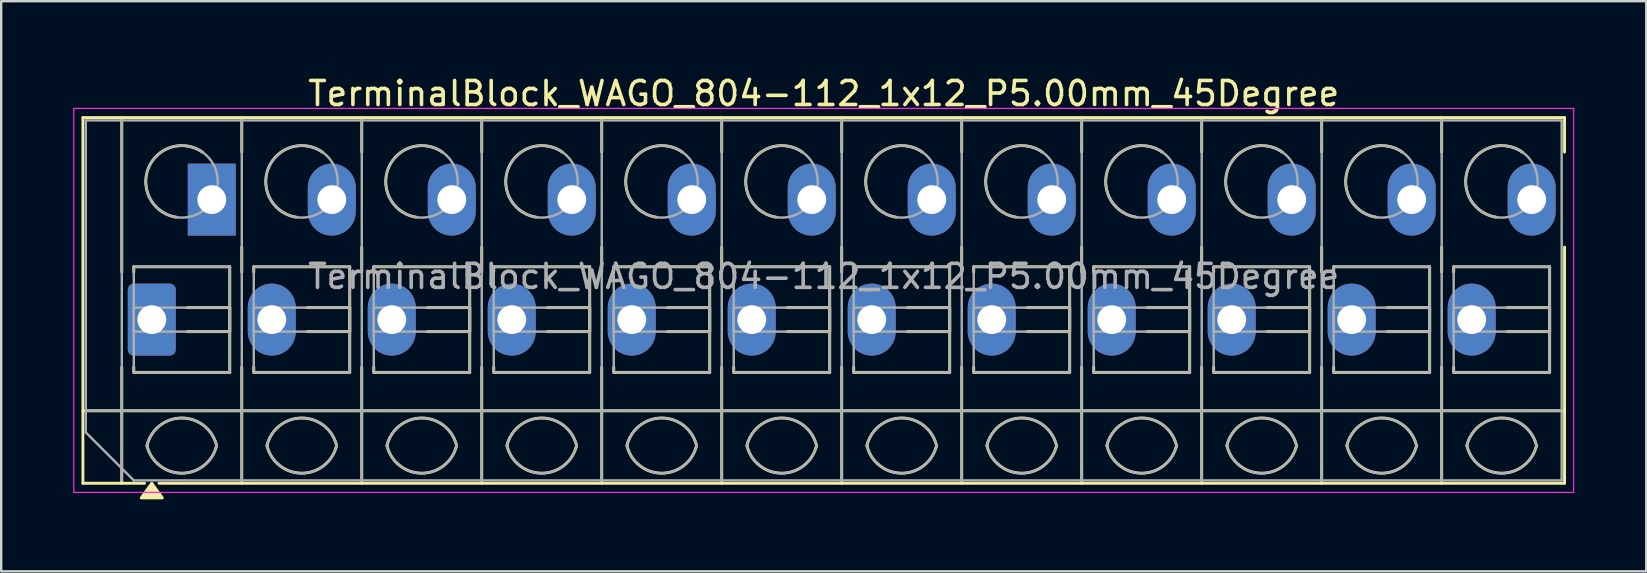
<source format=kicad_pcb>
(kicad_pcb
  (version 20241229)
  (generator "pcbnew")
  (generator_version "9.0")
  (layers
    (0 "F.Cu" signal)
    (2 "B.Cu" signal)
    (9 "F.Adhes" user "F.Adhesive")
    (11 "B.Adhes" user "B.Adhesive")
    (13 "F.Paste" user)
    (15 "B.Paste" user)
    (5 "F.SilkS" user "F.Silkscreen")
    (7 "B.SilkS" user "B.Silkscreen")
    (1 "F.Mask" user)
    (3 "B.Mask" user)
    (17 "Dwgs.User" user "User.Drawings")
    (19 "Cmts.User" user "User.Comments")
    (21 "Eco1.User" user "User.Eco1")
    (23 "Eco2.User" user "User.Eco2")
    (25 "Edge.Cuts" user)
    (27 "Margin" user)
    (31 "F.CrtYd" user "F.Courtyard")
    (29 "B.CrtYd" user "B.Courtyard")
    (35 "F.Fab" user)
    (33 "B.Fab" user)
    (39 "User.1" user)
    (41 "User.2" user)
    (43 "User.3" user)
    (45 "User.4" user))
  (footprint "TerminalBlock_WAGO_804-112_1x12_P5.00mm_45Degree"
    (layer "F.Cu")
    (at 3.275 10.268)
    (property "Reference" "TerminalBlock_WAGO_804-112_1x12_P5.00mm_45Degree" (at 28 -9.42 0) (layer "F.SilkS") (effects (font (size 1 1) (thickness 0.15))))
    (attr through_hole)
    (fp_line (start -2.87 -8.42) (end 58.87 -8.42) (stroke (width 0.12) (type solid)) (layer "F.SilkS"))
    (fp_line (start -2.87 3.8) (end 58.87 3.8) (stroke (width 0.12) (type solid)) (layer "F.SilkS"))
    (fp_line (start -2.87 6.82) (end -2.87 -8.42) (stroke (width 0.12) (type solid)) (layer "F.SilkS"))
    (fp_line (start -1.25 -8.42) (end -1.25 -1.98) (stroke (width 0.12) (type solid)) (layer "F.SilkS"))
    (fp_line (start -1.25 1.98) (end -1.25 6.82) (stroke (width 0.12) (type solid)) (layer "F.SilkS"))
    (fp_line (start -0.75 -2.2) (end 3.25 -2.2) (stroke (width 0.12) (type solid)) (layer "F.SilkS"))
    (fp_line (start -0.75 -1.98) (end -0.75 -2.2) (stroke (width 0.12) (type solid)) (layer "F.SilkS"))
    (fp_line (start -0.75 2.2) (end -0.75 1.98) (stroke (width 0.12) (type solid)) (layer "F.SilkS"))
    (fp_line (start -0.3 6.82) (end -2.87 6.82) (stroke (width 0.12) (type solid)) (layer "F.SilkS"))
    (fp_line (start 1.48 -0.5) (end 3.25 -0.5) (stroke (width 0.12) (type solid)) (layer "F.SilkS"))
    (fp_line (start 3.25 -2.2) (end 3.25 2.2) (stroke (width 0.12) (type solid)) (layer "F.SilkS"))
    (fp_line (start 3.25 -0.5) (end 3.25 0.5) (stroke (width 0.12) (type solid)) (layer "F.SilkS"))
    (fp_line (start 3.25 0.5) (end 1.48 0.5) (stroke (width 0.12) (type solid)) (layer "F.SilkS"))
    (fp_line (start 3.25 2.2) (end -0.75 2.2) (stroke (width 0.12) (type solid)) (layer "F.SilkS"))
    (fp_line (start 3.75 -8.42) (end 3.75 -6.98) (stroke (width 0.12) (type solid)) (layer "F.SilkS"))
    (fp_line (start 3.75 -3.02) (end 3.75 -1.98) (stroke (width 0.12) (type solid)) (layer "F.SilkS"))
    (fp_line (start 3.75 1.98) (end 3.75 6.82) (stroke (width 0.12) (type solid)) (layer "F.SilkS"))
    (fp_line (start 4.25 -2.2) (end 8.25 -2.2) (stroke (width 0.12) (type solid)) (layer "F.SilkS"))
    (fp_line (start 4.25 -1.98) (end 4.25 -2.2) (stroke (width 0.12) (type solid)) (layer "F.SilkS"))
    (fp_line (start 4.25 2.2) (end 4.25 1.98) (stroke (width 0.12) (type solid)) (layer "F.SilkS"))
    (fp_line (start 6.48 -0.5) (end 8.25 -0.5) (stroke (width 0.12) (type solid)) (layer "F.SilkS"))
    (fp_line (start 8.25 -2.2) (end 8.25 2.2) (stroke (width 0.12) (type solid)) (layer "F.SilkS"))
    (fp_line (start 8.25 -0.5) (end 8.25 0.5) (stroke (width 0.12) (type solid)) (layer "F.SilkS"))
    (fp_line (start 8.25 0.5) (end 6.48 0.5) (stroke (width 0.12) (type solid)) (layer "F.SilkS"))
    (fp_line (start 8.25 2.2) (end 4.25 2.2) (stroke (width 0.12) (type solid)) (layer "F.SilkS"))
    (fp_line (start 8.75 -8.42) (end 8.75 -6.98) (stroke (width 0.12) (type solid)) (layer "F.SilkS"))
    (fp_line (start 8.75 -3.02) (end 8.75 -1.98) (stroke (width 0.12) (type solid)) (layer "F.SilkS"))
    (fp_line (start 8.75 1.98) (end 8.75 6.82) (stroke (width 0.12) (type solid)) (layer "F.SilkS"))
    (fp_line (start 9.25 -2.2) (end 13.25 -2.2) (stroke (width 0.12) (type solid)) (layer "F.SilkS"))
    (fp_line (start 9.25 -1.98) (end 9.25 -2.2) (stroke (width 0.12) (type solid)) (layer "F.SilkS"))
    (fp_line (start 9.25 2.2) (end 9.25 1.98) (stroke (width 0.12) (type solid)) (layer "F.SilkS"))
    (fp_line (start 11.48 -0.5) (end 13.25 -0.5) (stroke (width 0.12) (type solid)) (layer "F.SilkS"))
    (fp_line (start 13.25 -2.2) (end 13.25 2.2) (stroke (width 0.12) (type solid)) (layer "F.SilkS"))
    (fp_line (start 13.25 -0.5) (end 13.25 0.5) (stroke (width 0.12) (type solid)) (layer "F.SilkS"))
    (fp_line (start 13.25 0.5) (end 11.48 0.5) (stroke (width 0.12) (type solid)) (layer "F.SilkS"))
    (fp_line (start 13.25 2.2) (end 9.25 2.2) (stroke (width 0.12) (type solid)) (layer "F.SilkS"))
    (fp_line (start 13.75 -8.42) (end 13.75 -6.98) (stroke (width 0.12) (type solid)) (layer "F.SilkS"))
    (fp_line (start 13.75 -3.02) (end 13.75 -1.98) (stroke (width 0.12) (type solid)) (layer "F.SilkS"))
    (fp_line (start 13.75 1.98) (end 13.75 6.82) (stroke (width 0.12) (type solid)) (layer "F.SilkS"))
    (fp_line (start 14.25 -2.2) (end 18.25 -2.2) (stroke (width 0.12) (type solid)) (layer "F.SilkS"))
    (fp_line (start 14.25 -1.98) (end 14.25 -2.2) (stroke (width 0.12) (type solid)) (layer "F.SilkS"))
    (fp_line (start 14.25 2.2) (end 14.25 1.98) (stroke (width 0.12) (type solid)) (layer "F.SilkS"))
    (fp_line (start 16.48 -0.5) (end 18.25 -0.5) (stroke (width 0.12) (type solid)) (layer "F.SilkS"))
    (fp_line (start 18.25 -2.2) (end 18.25 2.2) (stroke (width 0.12) (type solid)) (layer "F.SilkS"))
    (fp_line (start 18.25 -0.5) (end 18.25 0.5) (stroke (width 0.12) (type solid)) (layer "F.SilkS"))
    (fp_line (start 18.25 0.5) (end 16.48 0.5) (stroke (width 0.12) (type solid)) (layer "F.SilkS"))
    (fp_line (start 18.25 2.2) (end 14.25 2.2) (stroke (width 0.12) (type solid)) (layer "F.SilkS"))
    (fp_line (start 18.75 -8.42) (end 18.75 -6.98) (stroke (width 0.12) (type solid)) (layer "F.SilkS"))
    (fp_line (start 18.75 -3.02) (end 18.75 -1.98) (stroke (width 0.12) (type solid)) (layer "F.SilkS"))
    (fp_line (start 18.75 1.98) (end 18.75 6.82) (stroke (width 0.12) (type solid)) (layer "F.SilkS"))
    (fp_line (start 19.25 -2.2) (end 23.25 -2.2) (stroke (width 0.12) (type solid)) (layer "F.SilkS"))
    (fp_line (start 19.25 -1.98) (end 19.25 -2.2) (stroke (width 0.12) (type solid)) (layer "F.SilkS"))
    (fp_line (start 19.25 2.2) (end 19.25 1.98) (stroke (width 0.12) (type solid)) (layer "F.SilkS"))
    (fp_line (start 21.48 -0.5) (end 23.25 -0.5) (stroke (width 0.12) (type solid)) (layer "F.SilkS"))
    (fp_line (start 23.25 -2.2) (end 23.25 2.2) (stroke (width 0.12) (type solid)) (layer "F.SilkS"))
    (fp_line (start 23.25 -0.5) (end 23.25 0.5) (stroke (width 0.12) (type solid)) (layer "F.SilkS"))
    (fp_line (start 23.25 0.5) (end 21.48 0.5) (stroke (width 0.12) (type solid)) (layer "F.SilkS"))
    (fp_line (start 23.25 2.2) (end 19.25 2.2) (stroke (width 0.12) (type solid)) (layer "F.SilkS"))
    (fp_line (start 23.75 -8.42) (end 23.75 -6.98) (stroke (width 0.12) (type solid)) (layer "F.SilkS"))
    (fp_line (start 23.75 -3.02) (end 23.75 -1.98) (stroke (width 0.12) (type solid)) (layer "F.SilkS"))
    (fp_line (start 23.75 1.98) (end 23.75 6.82) (stroke (width 0.12) (type solid)) (layer "F.SilkS"))
    (fp_line (start 24.25 -2.2) (end 28.25 -2.2) (stroke (width 0.12) (type solid)) (layer "F.SilkS"))
    (fp_line (start 24.25 -1.98) (end 24.25 -2.2) (stroke (width 0.12) (type solid)) (layer "F.SilkS"))
    (fp_line (start 24.25 2.2) (end 24.25 1.98) (stroke (width 0.12) (type solid)) (layer "F.SilkS"))
    (fp_line (start 26.48 -0.5) (end 28.25 -0.5) (stroke (width 0.12) (type solid)) (layer "F.SilkS"))
    (fp_line (start 28.25 -2.2) (end 28.25 2.2) (stroke (width 0.12) (type solid)) (layer "F.SilkS"))
    (fp_line (start 28.25 -0.5) (end 28.25 0.5) (stroke (width 0.12) (type solid)) (layer "F.SilkS"))
    (fp_line (start 28.25 0.5) (end 26.48 0.5) (stroke (width 0.12) (type solid)) (layer "F.SilkS"))
    (fp_line (start 28.25 2.2) (end 24.25 2.2) (stroke (width 0.12) (type solid)) (layer "F.SilkS"))
    (fp_line (start 28.75 -8.42) (end 28.75 -6.98) (stroke (width 0.12) (type solid)) (layer "F.SilkS"))
    (fp_line (start 28.75 -3.02) (end 28.75 -1.98) (stroke (width 0.12) (type solid)) (layer "F.SilkS"))
    (fp_line (start 28.75 1.98) (end 28.75 6.82) (stroke (width 0.12) (type solid)) (layer "F.SilkS"))
    (fp_line (start 29.25 -2.2) (end 33.25 -2.2) (stroke (width 0.12) (type solid)) (layer "F.SilkS"))
    (fp_line (start 29.25 -1.98) (end 29.25 -2.2) (stroke (width 0.12) (type solid)) (layer "F.SilkS"))
    (fp_line (start 29.25 2.2) (end 29.25 1.98) (stroke (width 0.12) (type solid)) (layer "F.SilkS"))
    (fp_line (start 31.48 -0.5) (end 33.25 -0.5) (stroke (width 0.12) (type solid)) (layer "F.SilkS"))
    (fp_line (start 33.25 -2.2) (end 33.25 2.2) (stroke (width 0.12) (type solid)) (layer "F.SilkS"))
    (fp_line (start 33.25 -0.5) (end 33.25 0.5) (stroke (width 0.12) (type solid)) (layer "F.SilkS"))
    (fp_line (start 33.25 0.5) (end 31.48 0.5) (stroke (width 0.12) (type solid)) (layer "F.SilkS"))
    (fp_line (start 33.25 2.2) (end 29.25 2.2) (stroke (width 0.12) (type solid)) (layer "F.SilkS"))
    (fp_line (start 33.75 -8.42) (end 33.75 -6.98) (stroke (width 0.12) (type solid)) (layer "F.SilkS"))
    (fp_line (start 33.75 -3.02) (end 33.75 -1.98) (stroke (width 0.12) (type solid)) (layer "F.SilkS"))
    (fp_line (start 33.75 1.98) (end 33.75 6.82) (stroke (width 0.12) (type solid)) (layer "F.SilkS"))
    (fp_line (start 34.25 -2.2) (end 38.25 -2.2) (stroke (width 0.12) (type solid)) (layer "F.SilkS"))
    (fp_line (start 34.25 -1.98) (end 34.25 -2.2) (stroke (width 0.12) (type solid)) (layer "F.SilkS"))
    (fp_line (start 34.25 2.2) (end 34.25 1.98) (stroke (width 0.12) (type solid)) (layer "F.SilkS"))
    (fp_line (start 36.48 -0.5) (end 38.25 -0.5) (stroke (width 0.12) (type solid)) (layer "F.SilkS"))
    (fp_line (start 38.25 -2.2) (end 38.25 2.2) (stroke (width 0.12) (type solid)) (layer "F.SilkS"))
    (fp_line (start 38.25 -0.5) (end 38.25 0.5) (stroke (width 0.12) (type solid)) (layer "F.SilkS"))
    (fp_line (start 38.25 0.5) (end 36.48 0.5) (stroke (width 0.12) (type solid)) (layer "F.SilkS"))
    (fp_line (start 38.25 2.2) (end 34.25 2.2) (stroke (width 0.12) (type solid)) (layer "F.SilkS"))
    (fp_line (start 38.75 -8.42) (end 38.75 -6.98) (stroke (width 0.12) (type solid)) (layer "F.SilkS"))
    (fp_line (start 38.75 -3.02) (end 38.75 -1.98) (stroke (width 0.12) (type solid)) (layer "F.SilkS"))
    (fp_line (start 38.75 1.98) (end 38.75 6.82) (stroke (width 0.12) (type solid)) (layer "F.SilkS"))
    (fp_line (start 39.25 -2.2) (end 43.25 -2.2) (stroke (width 0.12) (type solid)) (layer "F.SilkS"))
    (fp_line (start 39.25 -1.98) (end 39.25 -2.2) (stroke (width 0.12) (type solid)) (layer "F.SilkS"))
    (fp_line (start 39.25 2.2) (end 39.25 1.98) (stroke (width 0.12) (type solid)) (layer "F.SilkS"))
    (fp_line (start 41.48 -0.5) (end 43.25 -0.5) (stroke (width 0.12) (type solid)) (layer "F.SilkS"))
    (fp_line (start 43.25 -2.2) (end 43.25 2.2) (stroke (width 0.12) (type solid)) (layer "F.SilkS"))
    (fp_line (start 43.25 -0.5) (end 43.25 0.5) (stroke (width 0.12) (type solid)) (layer "F.SilkS"))
    (fp_line (start 43.25 0.5) (end 41.48 0.5) (stroke (width 0.12) (type solid)) (layer "F.SilkS"))
    (fp_line (start 43.25 2.2) (end 39.25 2.2) (stroke (width 0.12) (type solid)) (layer "F.SilkS"))
    (fp_line (start 43.75 -8.42) (end 43.75 -6.98) (stroke (width 0.12) (type solid)) (layer "F.SilkS"))
    (fp_line (start 43.75 -3.02) (end 43.75 -1.98) (stroke (width 0.12) (type solid)) (layer "F.SilkS"))
    (fp_line (start 43.75 1.98) (end 43.75 6.82) (stroke (width 0.12) (type solid)) (layer "F.SilkS"))
    (fp_line (start 44.25 -2.2) (end 48.25 -2.2) (stroke (width 0.12) (type solid)) (layer "F.SilkS"))
    (fp_line (start 44.25 -1.98) (end 44.25 -2.2) (stroke (width 0.12) (type solid)) (layer "F.SilkS"))
    (fp_line (start 44.25 2.2) (end 44.25 1.98) (stroke (width 0.12) (type solid)) (layer "F.SilkS"))
    (fp_line (start 46.48 -0.5) (end 48.25 -0.5) (stroke (width 0.12) (type solid)) (layer "F.SilkS"))
    (fp_line (start 48.25 -2.2) (end 48.25 2.2) (stroke (width 0.12) (type solid)) (layer "F.SilkS"))
    (fp_line (start 48.25 -0.5) (end 48.25 0.5) (stroke (width 0.12) (type solid)) (layer "F.SilkS"))
    (fp_line (start 48.25 0.5) (end 46.48 0.5) (stroke (width 0.12) (type solid)) (layer "F.SilkS"))
    (fp_line (start 48.25 2.2) (end 44.25 2.2) (stroke (width 0.12) (type solid)) (layer "F.SilkS"))
    (fp_line (start 48.75 -8.42) (end 48.75 -6.98) (stroke (width 0.12) (type solid)) (layer "F.SilkS"))
    (fp_line (start 48.75 -3.02) (end 48.75 -1.98) (stroke (width 0.12) (type solid)) (layer "F.SilkS"))
    (fp_line (start 48.75 1.98) (end 48.75 6.82) (stroke (width 0.12) (type solid)) (layer "F.SilkS"))
    (fp_line (start 49.25 -2.2) (end 53.25 -2.2) (stroke (width 0.12) (type solid)) (layer "F.SilkS"))
    (fp_line (start 49.25 -1.98) (end 49.25 -2.2) (stroke (width 0.12) (type solid)) (layer "F.SilkS"))
    (fp_line (start 49.25 2.2) (end 49.25 1.98) (stroke (width 0.12) (type solid)) (layer "F.SilkS"))
    (fp_line (start 51.48 -0.5) (end 53.25 -0.5) (stroke (width 0.12) (type solid)) (layer "F.SilkS"))
    (fp_line (start 53.25 -2.2) (end 53.25 2.2) (stroke (width 0.12) (type solid)) (layer "F.SilkS"))
    (fp_line (start 53.25 -0.5) (end 53.25 0.5) (stroke (width 0.12) (type solid)) (layer "F.SilkS"))
    (fp_line (start 53.25 0.5) (end 51.48 0.5) (stroke (width 0.12) (type solid)) (layer "F.SilkS"))
    (fp_line (start 53.25 2.2) (end 49.25 2.2) (stroke (width 0.12) (type solid)) (layer "F.SilkS"))
    (fp_line (start 53.75 -8.42) (end 53.75 -6.98) (stroke (width 0.12) (type solid)) (layer "F.SilkS"))
    (fp_line (start 53.75 -3.02) (end 53.75 -1.98) (stroke (width 0.12) (type solid)) (layer "F.SilkS"))
    (fp_line (start 53.75 1.98) (end 53.75 6.82) (stroke (width 0.12) (type solid)) (layer "F.SilkS"))
    (fp_line (start 54.25 -2.2) (end 58.25 -2.2) (stroke (width 0.12) (type solid)) (layer "F.SilkS"))
    (fp_line (start 54.25 -1.98) (end 54.25 -2.2) (stroke (width 0.12) (type solid)) (layer "F.SilkS"))
    (fp_line (start 54.25 2.2) (end 54.25 1.98) (stroke (width 0.12) (type solid)) (layer "F.SilkS"))
    (fp_line (start 56.48 -0.5) (end 58.25 -0.5) (stroke (width 0.12) (type solid)) (layer "F.SilkS"))
    (fp_line (start 58.25 -2.2) (end 58.25 2.2) (stroke (width 0.12) (type solid)) (layer "F.SilkS"))
    (fp_line (start 58.25 -0.5) (end 58.25 0.5) (stroke (width 0.12) (type solid)) (layer "F.SilkS"))
    (fp_line (start 58.25 0.5) (end 56.48 0.5) (stroke (width 0.12) (type solid)) (layer "F.SilkS"))
    (fp_line (start 58.25 2.2) (end 54.25 2.2) (stroke (width 0.12) (type solid)) (layer "F.SilkS"))
    (fp_line (start 58.87 -8.42) (end 58.87 -6.98) (stroke (width 0.12) (type solid)) (layer "F.SilkS"))
    (fp_line (start 58.87 -3.02) (end 58.87 6.82) (stroke (width 0.12) (type solid)) (layer "F.SilkS"))
    (fp_line (start 58.87 6.82) (end 0.3 6.82) (stroke (width 0.12) (type solid)) (layer "F.SilkS"))
    (fp_arc (start -0.2 5.25) (mid 1.25 4.1) (end 2.7 5.25) (stroke (width 0.12) (type solid)) (layer "F.SilkS"))
    (fp_arc (start 1.02 -4.268) (mid -0.141916 -6.309209) (end 2.109 -6.98) (stroke (width 0.12) (type solid)) (layer "F.SilkS"))
    (fp_arc (start 2.7 5.25) (mid 1.25 6.4) (end -0.2 5.25) (stroke (width 0.12) (type solid)) (layer "F.SilkS"))
    (fp_arc (start 4.8 5.25) (mid 6.25 4.1) (end 7.7 5.25) (stroke (width 0.12) (type solid)) (layer "F.SilkS"))
    (fp_arc (start 6.02 -4.268) (mid 4.858084 -6.309209) (end 7.109 -6.98) (stroke (width 0.12) (type solid)) (layer "F.SilkS"))
    (fp_arc (start 7.7 5.25) (mid 6.25 6.4) (end 4.8 5.25) (stroke (width 0.12) (type solid)) (layer "F.SilkS"))
    (fp_arc (start 9.8 5.25) (mid 11.25 4.1) (end 12.7 5.25) (stroke (width 0.12) (type solid)) (layer "F.SilkS"))
    (fp_arc (start 11.02 -4.268) (mid 9.858084 -6.309209) (end 12.109 -6.98) (stroke (width 0.12) (type solid)) (layer "F.SilkS"))
    (fp_arc (start 12.7 5.25) (mid 11.25 6.4) (end 9.8 5.25) (stroke (width 0.12) (type solid)) (layer "F.SilkS"))
    (fp_arc (start 14.8 5.25) (mid 16.25 4.1) (end 17.7 5.25) (stroke (width 0.12) (type solid)) (layer "F.SilkS"))
    (fp_arc (start 16.02 -4.268) (mid 14.858084 -6.309209) (end 17.109 -6.98) (stroke (width 0.12) (type solid)) (layer "F.SilkS"))
    (fp_arc (start 17.7 5.25) (mid 16.25 6.4) (end 14.8 5.25) (stroke (width 0.12) (type solid)) (layer "F.SilkS"))
    (fp_arc (start 19.8 5.25) (mid 21.25 4.1) (end 22.7 5.25) (stroke (width 0.12) (type solid)) (layer "F.SilkS"))
    (fp_arc (start 21.02 -4.268) (mid 19.858084 -6.309209) (end 22.109 -6.98) (stroke (width 0.12) (type solid)) (layer "F.SilkS"))
    (fp_arc (start 22.7 5.25) (mid 21.25 6.4) (end 19.8 5.25) (stroke (width 0.12) (type solid)) (layer "F.SilkS"))
    (fp_arc (start 24.8 5.25) (mid 26.25 4.1) (end 27.7 5.25) (stroke (width 0.12) (type solid)) (layer "F.SilkS"))
    (fp_arc (start 26.02 -4.268) (mid 24.858084 -6.309209) (end 27.109 -6.98) (stroke (width 0.12) (type solid)) (layer "F.SilkS"))
    (fp_arc (start 27.7 5.25) (mid 26.25 6.4) (end 24.8 5.25) (stroke (width 0.12) (type solid)) (layer "F.SilkS"))
    (fp_arc (start 29.8 5.25) (mid 31.25 4.1) (end 32.7 5.25) (stroke (width 0.12) (type solid)) (layer "F.SilkS"))
    (fp_arc (start 31.02 -4.268) (mid 29.858084 -6.309209) (end 32.109 -6.98) (stroke (width 0.12) (type solid)) (layer "F.SilkS"))
    (fp_arc (start 32.7 5.25) (mid 31.25 6.4) (end 29.8 5.25) (stroke (width 0.12) (type solid)) (layer "F.SilkS"))
    (fp_arc (start 34.8 5.25) (mid 36.25 4.1) (end 37.7 5.25) (stroke (width 0.12) (type solid)) (layer "F.SilkS"))
    (fp_arc (start 36.02 -4.268) (mid 34.858084 -6.309209) (end 37.109 -6.98) (stroke (width 0.12) (type solid)) (layer "F.SilkS"))
    (fp_arc (start 37.7 5.25) (mid 36.25 6.4) (end 34.8 5.25) (stroke (width 0.12) (type solid)) (layer "F.SilkS"))
    (fp_arc (start 39.8 5.25) (mid 41.25 4.1) (end 42.7 5.25) (stroke (width 0.12) (type solid)) (layer "F.SilkS"))
    (fp_arc (start 41.02 -4.268) (mid 39.858084 -6.309209) (end 42.109 -6.98) (stroke (width 0.12) (type solid)) (layer "F.SilkS"))
    (fp_arc (start 42.7 5.25) (mid 41.25 6.4) (end 39.8 5.25) (stroke (width 0.12) (type solid)) (layer "F.SilkS"))
    (fp_arc (start 44.8 5.25) (mid 46.25 4.1) (end 47.7 5.25) (stroke (width 0.12) (type solid)) (layer "F.SilkS"))
    (fp_arc (start 46.02 -4.268) (mid 44.858084 -6.309209) (end 47.109 -6.98) (stroke (width 0.12) (type solid)) (layer "F.SilkS"))
    (fp_arc (start 47.7 5.25) (mid 46.25 6.4) (end 44.8 5.25) (stroke (width 0.12) (type solid)) (layer "F.SilkS"))
    (fp_arc (start 49.8 5.25) (mid 51.25 4.1) (end 52.7 5.25) (stroke (width 0.12) (type solid)) (layer "F.SilkS"))
    (fp_arc (start 51.02 -4.268) (mid 49.858084 -6.309209) (end 52.109 -6.98) (stroke (width 0.12) (type solid)) (layer "F.SilkS"))
    (fp_arc (start 52.7 5.25) (mid 51.25 6.4) (end 49.8 5.25) (stroke (width 0.12) (type solid)) (layer "F.SilkS"))
    (fp_arc (start 54.8 5.25) (mid 56.25 4.1) (end 57.7 5.25) (stroke (width 0.12) (type solid)) (layer "F.SilkS"))
    (fp_arc (start 56.02 -4.268) (mid 54.858084 -6.309209) (end 57.109 -6.98) (stroke (width 0.12) (type solid)) (layer "F.SilkS"))
    (fp_arc (start 57.7 5.25) (mid 56.25 6.4) (end 54.8 5.25) (stroke (width 0.12) (type solid)) (layer "F.SilkS"))
    (fp_poly (pts (xy 0 6.82) (xy 0.44 7.43) (xy -0.44 7.43)) (stroke (width 0.12) (type solid)) (fill yes) (layer "F.SilkS"))
    (fp_line (start -3.25 -8.8) (end -3.25 7.2) (stroke (width 0.05) (type solid)) (layer "F.CrtYd"))
    (fp_line (start -3.25 7.2) (end 59.25 7.2) (stroke (width 0.05) (type solid)) (layer "F.CrtYd"))
    (fp_line (start 59.25 -8.8) (end -3.25 -8.8) (stroke (width 0.05) (type solid)) (layer "F.CrtYd"))
    (fp_line (start 59.25 7.2) (end 59.25 -8.8) (stroke (width 0.05) (type solid)) (layer "F.CrtYd"))
    (fp_line (start -2.75 -8.3) (end 58.75 -8.3) (stroke (width 0.1) (type solid)) (layer "F.Fab"))
    (fp_line (start -2.75 3.8) (end 58.75 3.8) (stroke (width 0.1) (type solid)) (layer "F.Fab"))
    (fp_line (start -2.75 4.7) (end -2.75 -8.3) (stroke (width 0.1) (type solid)) (layer "F.Fab"))
    (fp_line (start -1.25 -8.3) (end -1.25 6.7) (stroke (width 0.1) (type solid)) (layer "F.Fab"))
    (fp_line (start -0.75 -2.2) (end -0.75 2.2) (stroke (width 0.1) (type solid)) (layer "F.Fab"))
    (fp_line (start -0.75 -0.5) (end -0.75 0.5) (stroke (width 0.1) (type solid)) (layer "F.Fab"))
    (fp_line (start -0.75 0.5) (end 3.25 0.5) (stroke (width 0.1) (type solid)) (layer "F.Fab"))
    (fp_line (start -0.75 2.2) (end 3.25 2.2) (stroke (width 0.1) (type solid)) (layer "F.Fab"))
    (fp_line (start -0.75 6.7) (end -2.75 4.7) (stroke (width 0.1) (type solid)) (layer "F.Fab"))
    (fp_line (start 3.25 -2.2) (end -0.75 -2.2) (stroke (width 0.1) (type solid)) (layer "F.Fab"))
    (fp_line (start 3.25 -0.5) (end -0.75 -0.5) (stroke (width 0.1) (type solid)) (layer "F.Fab"))
    (fp_line (start 3.25 0.5) (end 3.25 -0.5) (stroke (width 0.1) (type solid)) (layer "F.Fab"))
    (fp_line (start 3.25 2.2) (end 3.25 -2.2) (stroke (width 0.1) (type solid)) (layer "F.Fab"))
    (fp_line (start 3.75 -8.3) (end 3.75 6.7) (stroke (width 0.1) (type solid)) (layer "F.Fab"))
    (fp_line (start 4.25 -2.2) (end 4.25 2.2) (stroke (width 0.1) (type solid)) (layer "F.Fab"))
    (fp_line (start 4.25 -0.5) (end 4.25 0.5) (stroke (width 0.1) (type solid)) (layer "F.Fab"))
    (fp_line (start 4.25 0.5) (end 8.25 0.5) (stroke (width 0.1) (type solid)) (layer "F.Fab"))
    (fp_line (start 4.25 2.2) (end 8.25 2.2) (stroke (width 0.1) (type solid)) (layer "F.Fab"))
    (fp_line (start 8.25 -2.2) (end 4.25 -2.2) (stroke (width 0.1) (type solid)) (layer "F.Fab"))
    (fp_line (start 8.25 -0.5) (end 4.25 -0.5) (stroke (width 0.1) (type solid)) (layer "F.Fab"))
    (fp_line (start 8.25 0.5) (end 8.25 -0.5) (stroke (width 0.1) (type solid)) (layer "F.Fab"))
    (fp_line (start 8.25 2.2) (end 8.25 -2.2) (stroke (width 0.1) (type solid)) (layer "F.Fab"))
    (fp_line (start 8.75 -8.3) (end 8.75 6.7) (stroke (width 0.1) (type solid)) (layer "F.Fab"))
    (fp_line (start 9.25 -2.2) (end 9.25 2.2) (stroke (width 0.1) (type solid)) (layer "F.Fab"))
    (fp_line (start 9.25 -0.5) (end 9.25 0.5) (stroke (width 0.1) (type solid)) (layer "F.Fab"))
    (fp_line (start 9.25 0.5) (end 13.25 0.5) (stroke (width 0.1) (type solid)) (layer "F.Fab"))
    (fp_line (start 9.25 2.2) (end 13.25 2.2) (stroke (width 0.1) (type solid)) (layer "F.Fab"))
    (fp_line (start 13.25 -2.2) (end 9.25 -2.2) (stroke (width 0.1) (type solid)) (layer "F.Fab"))
    (fp_line (start 13.25 -0.5) (end 9.25 -0.5) (stroke (width 0.1) (type solid)) (layer "F.Fab"))
    (fp_line (start 13.25 0.5) (end 13.25 -0.5) (stroke (width 0.1) (type solid)) (layer "F.Fab"))
    (fp_line (start 13.25 2.2) (end 13.25 -2.2) (stroke (width 0.1) (type solid)) (layer "F.Fab"))
    (fp_line (start 13.75 -8.3) (end 13.75 6.7) (stroke (width 0.1) (type solid)) (layer "F.Fab"))
    (fp_line (start 14.25 -2.2) (end 14.25 2.2) (stroke (width 0.1) (type solid)) (layer "F.Fab"))
    (fp_line (start 14.25 -0.5) (end 14.25 0.5) (stroke (width 0.1) (type solid)) (layer "F.Fab"))
    (fp_line (start 14.25 0.5) (end 18.25 0.5) (stroke (width 0.1) (type solid)) (layer "F.Fab"))
    (fp_line (start 14.25 2.2) (end 18.25 2.2) (stroke (width 0.1) (type solid)) (layer "F.Fab"))
    (fp_line (start 18.25 -2.2) (end 14.25 -2.2) (stroke (width 0.1) (type solid)) (layer "F.Fab"))
    (fp_line (start 18.25 -0.5) (end 14.25 -0.5) (stroke (width 0.1) (type solid)) (layer "F.Fab"))
    (fp_line (start 18.25 0.5) (end 18.25 -0.5) (stroke (width 0.1) (type solid)) (layer "F.Fab"))
    (fp_line (start 18.25 2.2) (end 18.25 -2.2) (stroke (width 0.1) (type solid)) (layer "F.Fab"))
    (fp_line (start 18.75 -8.3) (end 18.75 6.7) (stroke (width 0.1) (type solid)) (layer "F.Fab"))
    (fp_line (start 19.25 -2.2) (end 19.25 2.2) (stroke (width 0.1) (type solid)) (layer "F.Fab"))
    (fp_line (start 19.25 -0.5) (end 19.25 0.5) (stroke (width 0.1) (type solid)) (layer "F.Fab"))
    (fp_line (start 19.25 0.5) (end 23.25 0.5) (stroke (width 0.1) (type solid)) (layer "F.Fab"))
    (fp_line (start 19.25 2.2) (end 23.25 2.2) (stroke (width 0.1) (type solid)) (layer "F.Fab"))
    (fp_line (start 23.25 -2.2) (end 19.25 -2.2) (stroke (width 0.1) (type solid)) (layer "F.Fab"))
    (fp_line (start 23.25 -0.5) (end 19.25 -0.5) (stroke (width 0.1) (type solid)) (layer "F.Fab"))
    (fp_line (start 23.25 0.5) (end 23.25 -0.5) (stroke (width 0.1) (type solid)) (layer "F.Fab"))
    (fp_line (start 23.25 2.2) (end 23.25 -2.2) (stroke (width 0.1) (type solid)) (layer "F.Fab"))
    (fp_line (start 23.75 -8.3) (end 23.75 6.7) (stroke (width 0.1) (type solid)) (layer "F.Fab"))
    (fp_line (start 24.25 -2.2) (end 24.25 2.2) (stroke (width 0.1) (type solid)) (layer "F.Fab"))
    (fp_line (start 24.25 -0.5) (end 24.25 0.5) (stroke (width 0.1) (type solid)) (layer "F.Fab"))
    (fp_line (start 24.25 0.5) (end 28.25 0.5) (stroke (width 0.1) (type solid)) (layer "F.Fab"))
    (fp_line (start 24.25 2.2) (end 28.25 2.2) (stroke (width 0.1) (type solid)) (layer "F.Fab"))
    (fp_line (start 28.25 -2.2) (end 24.25 -2.2) (stroke (width 0.1) (type solid)) (layer "F.Fab"))
    (fp_line (start 28.25 -0.5) (end 24.25 -0.5) (stroke (width 0.1) (type solid)) (layer "F.Fab"))
    (fp_line (start 28.25 0.5) (end 28.25 -0.5) (stroke (width 0.1) (type solid)) (layer "F.Fab"))
    (fp_line (start 28.25 2.2) (end 28.25 -2.2) (stroke (width 0.1) (type solid)) (layer "F.Fab"))
    (fp_line (start 28.75 -8.3) (end 28.75 6.7) (stroke (width 0.1) (type solid)) (layer "F.Fab"))
    (fp_line (start 29.25 -2.2) (end 29.25 2.2) (stroke (width 0.1) (type solid)) (layer "F.Fab"))
    (fp_line (start 29.25 -0.5) (end 29.25 0.5) (stroke (width 0.1) (type solid)) (layer "F.Fab"))
    (fp_line (start 29.25 0.5) (end 33.25 0.5) (stroke (width 0.1) (type solid)) (layer "F.Fab"))
    (fp_line (start 29.25 2.2) (end 33.25 2.2) (stroke (width 0.1) (type solid)) (layer "F.Fab"))
    (fp_line (start 33.25 -2.2) (end 29.25 -2.2) (stroke (width 0.1) (type solid)) (layer "F.Fab"))
    (fp_line (start 33.25 -0.5) (end 29.25 -0.5) (stroke (width 0.1) (type solid)) (layer "F.Fab"))
    (fp_line (start 33.25 0.5) (end 33.25 -0.5) (stroke (width 0.1) (type solid)) (layer "F.Fab"))
    (fp_line (start 33.25 2.2) (end 33.25 -2.2) (stroke (width 0.1) (type solid)) (layer "F.Fab"))
    (fp_line (start 33.75 -8.3) (end 33.75 6.7) (stroke (width 0.1) (type solid)) (layer "F.Fab"))
    (fp_line (start 34.25 -2.2) (end 34.25 2.2) (stroke (width 0.1) (type solid)) (layer "F.Fab"))
    (fp_line (start 34.25 -0.5) (end 34.25 0.5) (stroke (width 0.1) (type solid)) (layer "F.Fab"))
    (fp_line (start 34.25 0.5) (end 38.25 0.5) (stroke (width 0.1) (type solid)) (layer "F.Fab"))
    (fp_line (start 34.25 2.2) (end 38.25 2.2) (stroke (width 0.1) (type solid)) (layer "F.Fab"))
    (fp_line (start 38.25 -2.2) (end 34.25 -2.2) (stroke (width 0.1) (type solid)) (layer "F.Fab"))
    (fp_line (start 38.25 -0.5) (end 34.25 -0.5) (stroke (width 0.1) (type solid)) (layer "F.Fab"))
    (fp_line (start 38.25 0.5) (end 38.25 -0.5) (stroke (width 0.1) (type solid)) (layer "F.Fab"))
    (fp_line (start 38.25 2.2) (end 38.25 -2.2) (stroke (width 0.1) (type solid)) (layer "F.Fab"))
    (fp_line (start 38.75 -8.3) (end 38.75 6.7) (stroke (width 0.1) (type solid)) (layer "F.Fab"))
    (fp_line (start 39.25 -2.2) (end 39.25 2.2) (stroke (width 0.1) (type solid)) (layer "F.Fab"))
    (fp_line (start 39.25 -0.5) (end 39.25 0.5) (stroke (width 0.1) (type solid)) (layer "F.Fab"))
    (fp_line (start 39.25 0.5) (end 43.25 0.5) (stroke (width 0.1) (type solid)) (layer "F.Fab"))
    (fp_line (start 39.25 2.2) (end 43.25 2.2) (stroke (width 0.1) (type solid)) (layer "F.Fab"))
    (fp_line (start 43.25 -2.2) (end 39.25 -2.2) (stroke (width 0.1) (type solid)) (layer "F.Fab"))
    (fp_line (start 43.25 -0.5) (end 39.25 -0.5) (stroke (width 0.1) (type solid)) (layer "F.Fab"))
    (fp_line (start 43.25 0.5) (end 43.25 -0.5) (stroke (width 0.1) (type solid)) (layer "F.Fab"))
    (fp_line (start 43.25 2.2) (end 43.25 -2.2) (stroke (width 0.1) (type solid)) (layer "F.Fab"))
    (fp_line (start 43.75 -8.3) (end 43.75 6.7) (stroke (width 0.1) (type solid)) (layer "F.Fab"))
    (fp_line (start 44.25 -2.2) (end 44.25 2.2) (stroke (width 0.1) (type solid)) (layer "F.Fab"))
    (fp_line (start 44.25 -0.5) (end 44.25 0.5) (stroke (width 0.1) (type solid)) (layer "F.Fab"))
    (fp_line (start 44.25 0.5) (end 48.25 0.5) (stroke (width 0.1) (type solid)) (layer "F.Fab"))
    (fp_line (start 44.25 2.2) (end 48.25 2.2) (stroke (width 0.1) (type solid)) (layer "F.Fab"))
    (fp_line (start 48.25 -2.2) (end 44.25 -2.2) (stroke (width 0.1) (type solid)) (layer "F.Fab"))
    (fp_line (start 48.25 -0.5) (end 44.25 -0.5) (stroke (width 0.1) (type solid)) (layer "F.Fab"))
    (fp_line (start 48.25 0.5) (end 48.25 -0.5) (stroke (width 0.1) (type solid)) (layer "F.Fab"))
    (fp_line (start 48.25 2.2) (end 48.25 -2.2) (stroke (width 0.1) (type solid)) (layer "F.Fab"))
    (fp_line (start 48.75 -8.3) (end 48.75 6.7) (stroke (width 0.1) (type solid)) (layer "F.Fab"))
    (fp_line (start 49.25 -2.2) (end 49.25 2.2) (stroke (width 0.1) (type solid)) (layer "F.Fab"))
    (fp_line (start 49.25 -0.5) (end 49.25 0.5) (stroke (width 0.1) (type solid)) (layer "F.Fab"))
    (fp_line (start 49.25 0.5) (end 53.25 0.5) (stroke (width 0.1) (type solid)) (layer "F.Fab"))
    (fp_line (start 49.25 2.2) (end 53.25 2.2) (stroke (width 0.1) (type solid)) (layer "F.Fab"))
    (fp_line (start 53.25 -2.2) (end 49.25 -2.2) (stroke (width 0.1) (type solid)) (layer "F.Fab"))
    (fp_line (start 53.25 -0.5) (end 49.25 -0.5) (stroke (width 0.1) (type solid)) (layer "F.Fab"))
    (fp_line (start 53.25 0.5) (end 53.25 -0.5) (stroke (width 0.1) (type solid)) (layer "F.Fab"))
    (fp_line (start 53.25 2.2) (end 53.25 -2.2) (stroke (width 0.1) (type solid)) (layer "F.Fab"))
    (fp_line (start 53.75 -8.3) (end 53.75 6.7) (stroke (width 0.1) (type solid)) (layer "F.Fab"))
    (fp_line (start 54.25 -2.2) (end 54.25 2.2) (stroke (width 0.1) (type solid)) (layer "F.Fab"))
    (fp_line (start 54.25 -0.5) (end 54.25 0.5) (stroke (width 0.1) (type solid)) (layer "F.Fab"))
    (fp_line (start 54.25 0.5) (end 58.25 0.5) (stroke (width 0.1) (type solid)) (layer "F.Fab"))
    (fp_line (start 54.25 2.2) (end 58.25 2.2) (stroke (width 0.1) (type solid)) (layer "F.Fab"))
    (fp_line (start 58.25 -2.2) (end 54.25 -2.2) (stroke (width 0.1) (type solid)) (layer "F.Fab"))
    (fp_line (start 58.25 -0.5) (end 54.25 -0.5) (stroke (width 0.1) (type solid)) (layer "F.Fab"))
    (fp_line (start 58.25 0.5) (end 58.25 -0.5) (stroke (width 0.1) (type solid)) (layer "F.Fab"))
    (fp_line (start 58.25 2.2) (end 58.25 -2.2) (stroke (width 0.1) (type solid)) (layer "F.Fab"))
    (fp_line (start 58.75 -8.3) (end 58.75 6.7) (stroke (width 0.1) (type solid)) (layer "F.Fab"))
    (fp_line (start 58.75 6.7) (end -0.75 6.7) (stroke (width 0.1) (type solid)) (layer "F.Fab"))
    (fp_arc (start -0.2 5.25) (mid 1.25 4.1) (end 2.7 5.25) (stroke (width 0.1) (type solid)) (layer "F.Fab"))
    (fp_arc (start 2.7 5.25) (mid 1.25 6.4) (end -0.2 5.25) (stroke (width 0.1) (type solid)) (layer "F.Fab"))
    (fp_arc (start 4.8 5.25) (mid 6.25 4.1) (end 7.7 5.25) (stroke (width 0.1) (type solid)) (layer "F.Fab"))
    (fp_arc (start 7.7 5.25) (mid 6.25 6.4) (end 4.8 5.25) (stroke (width 0.1) (type solid)) (layer "F.Fab"))
    (fp_arc (start 9.8 5.25) (mid 11.25 4.1) (end 12.7 5.25) (stroke (width 0.1) (type solid)) (layer "F.Fab"))
    (fp_arc (start 12.7 5.25) (mid 11.25 6.4) (end 9.8 5.25) (stroke (width 0.1) (type solid)) (layer "F.Fab"))
    (fp_arc (start 14.8 5.25) (mid 16.25 4.1) (end 17.7 5.25) (stroke (width 0.1) (type solid)) (layer "F.Fab"))
    (fp_arc (start 17.7 5.25) (mid 16.25 6.4) (end 14.8 5.25) (stroke (width 0.1) (type solid)) (layer "F.Fab"))
    (fp_arc (start 19.8 5.25) (mid 21.25 4.1) (end 22.7 5.25) (stroke (width 0.1) (type solid)) (layer "F.Fab"))
    (fp_arc (start 22.7 5.25) (mid 21.25 6.4) (end 19.8 5.25) (stroke (width 0.1) (type solid)) (layer "F.Fab"))
    (fp_arc (start 24.8 5.25) (mid 26.25 4.1) (end 27.7 5.25) (stroke (width 0.1) (type solid)) (layer "F.Fab"))
    (fp_arc (start 27.7 5.25) (mid 26.25 6.4) (end 24.8 5.25) (stroke (width 0.1) (type solid)) (layer "F.Fab"))
    (fp_arc (start 29.8 5.25) (mid 31.25 4.1) (end 32.7 5.25) (stroke (width 0.1) (type solid)) (layer "F.Fab"))
    (fp_arc (start 32.7 5.25) (mid 31.25 6.4) (end 29.8 5.25) (stroke (width 0.1) (type solid)) (layer "F.Fab"))
    (fp_arc (start 34.8 5.25) (mid 36.25 4.1) (end 37.7 5.25) (stroke (width 0.1) (type solid)) (layer "F.Fab"))
    (fp_arc (start 37.7 5.25) (mid 36.25 6.4) (end 34.8 5.25) (stroke (width 0.1) (type solid)) (layer "F.Fab"))
    (fp_arc (start 39.8 5.25) (mid 41.25 4.1) (end 42.7 5.25) (stroke (width 0.1) (type solid)) (layer "F.Fab"))
    (fp_arc (start 42.7 5.25) (mid 41.25 6.4) (end 39.8 5.25) (stroke (width 0.1) (type solid)) (layer "F.Fab"))
    (fp_arc (start 44.8 5.25) (mid 46.25 4.1) (end 47.7 5.25) (stroke (width 0.1) (type solid)) (layer "F.Fab"))
    (fp_arc (start 47.7 5.25) (mid 46.25 6.4) (end 44.8 5.25) (stroke (width 0.1) (type solid)) (layer "F.Fab"))
    (fp_arc (start 49.8 5.25) (mid 51.25 4.1) (end 52.7 5.25) (stroke (width 0.1) (type solid)) (layer "F.Fab"))
    (fp_arc (start 52.7 5.25) (mid 51.25 6.4) (end 49.8 5.25) (stroke (width 0.1) (type solid)) (layer "F.Fab"))
    (fp_arc (start 54.8 5.25) (mid 56.25 4.1) (end 57.7 5.25) (stroke (width 0.1) (type solid)) (layer "F.Fab"))
    (fp_arc (start 57.7 5.25) (mid 56.25 6.4) (end 54.8 5.25) (stroke (width 0.1) (type solid)) (layer "F.Fab"))
    (fp_circle (center 1.25 -5.75) (end 2.75 -5.75) (stroke (width 0.1) (type solid)) (fill no) (layer "F.Fab"))
    (fp_circle (center 6.25 -5.75) (end 7.75 -5.75) (stroke (width 0.1) (type solid)) (fill no) (layer "F.Fab"))
    (fp_circle (center 11.25 -5.75) (end 12.75 -5.75) (stroke (width 0.1) (type solid)) (fill no) (layer "F.Fab"))
    (fp_circle (center 16.25 -5.75) (end 17.75 -5.75) (stroke (width 0.1) (type solid)) (fill no) (layer "F.Fab"))
    (fp_circle (center 21.25 -5.75) (end 22.75 -5.75) (stroke (width 0.1) (type solid)) (fill no) (layer "F.Fab"))
    (fp_circle (center 26.25 -5.75) (end 27.75 -5.75) (stroke (width 0.1) (type solid)) (fill no) (layer "F.Fab"))
    (fp_circle (center 31.25 -5.75) (end 32.75 -5.75) (stroke (width 0.1) (type solid)) (fill no) (layer "F.Fab"))
    (fp_circle (center 36.25 -5.75) (end 37.75 -5.75) (stroke (width 0.1) (type solid)) (fill no) (layer "F.Fab"))
    (fp_circle (center 41.25 -5.75) (end 42.75 -5.75) (stroke (width 0.1) (type solid)) (fill no) (layer "F.Fab"))
    (fp_circle (center 46.25 -5.75) (end 47.75 -5.75) (stroke (width 0.1) (type solid)) (fill no) (layer "F.Fab"))
    (fp_circle (center 51.25 -5.75) (end 52.75 -5.75) (stroke (width 0.1) (type solid)) (fill no) (layer "F.Fab"))
    (fp_circle (center 56.25 -5.75) (end 57.75 -5.75) (stroke (width 0.1) (type solid)) (fill no) (layer "F.Fab"))
    (fp_text user "${REFERENCE}" (at 28 -1.8 0) (layer "F.Fab") (effects (font (size 1 1) (thickness 0.15))))
    (pad "1" thru_hole roundrect (at 0 0) (size 2 3) (drill 1.2) (layers "*.Cu" "*.Mask") (roundrect_rratio 0.125))
    (pad "1" thru_hole rect (at 2.5 -5) (size 2 3) (drill 1.2) (layers "*.Cu" "*.Mask"))
    (pad "2" thru_hole oval (at 5 0) (size 2 3) (drill 1.2) (layers "*.Cu" "*.Mask"))
    (pad "2" thru_hole oval (at 7.5 -5) (size 2 3) (drill 1.2) (layers "*.Cu" "*.Mask"))
    (pad "3" thru_hole oval (at 10 0) (size 2 3) (drill 1.2) (layers "*.Cu" "*.Mask"))
    (pad "3" thru_hole oval (at 12.5 -5) (size 2 3) (drill 1.2) (layers "*.Cu" "*.Mask"))
    (pad "4" thru_hole oval (at 15 0) (size 2 3) (drill 1.2) (layers "*.Cu" "*.Mask"))
    (pad "4" thru_hole oval (at 17.5 -5) (size 2 3) (drill 1.2) (layers "*.Cu" "*.Mask"))
    (pad "5" thru_hole oval (at 20 0) (size 2 3) (drill 1.2) (layers "*.Cu" "*.Mask"))
    (pad "5" thru_hole oval (at 22.5 -5) (size 2 3) (drill 1.2) (layers "*.Cu" "*.Mask"))
    (pad "6" thru_hole oval (at 25 0) (size 2 3) (drill 1.2) (layers "*.Cu" "*.Mask"))
    (pad "6" thru_hole oval (at 27.5 -5) (size 2 3) (drill 1.2) (layers "*.Cu" "*.Mask"))
    (pad "7" thru_hole oval (at 30 0) (size 2 3) (drill 1.2) (layers "*.Cu" "*.Mask"))
    (pad "7" thru_hole oval (at 32.5 -5) (size 2 3) (drill 1.2) (layers "*.Cu" "*.Mask"))
    (pad "8" thru_hole oval (at 35 0) (size 2 3) (drill 1.2) (layers "*.Cu" "*.Mask"))
    (pad "8" thru_hole oval (at 37.5 -5) (size 2 3) (drill 1.2) (layers "*.Cu" "*.Mask"))
    (pad "9" thru_hole oval (at 40 0) (size 2 3) (drill 1.2) (layers "*.Cu" "*.Mask"))
    (pad "9" thru_hole oval (at 42.5 -5) (size 2 3) (drill 1.2) (layers "*.Cu" "*.Mask"))
    (pad "10" thru_hole oval (at 45 0) (size 2 3) (drill 1.2) (layers "*.Cu" "*.Mask"))
    (pad "10" thru_hole oval (at 47.5 -5) (size 2 3) (drill 1.2) (layers "*.Cu" "*.Mask"))
    (pad "11" thru_hole oval (at 50 0) (size 2 3) (drill 1.2) (layers "*.Cu" "*.Mask"))
    (pad "11" thru_hole oval (at 52.5 -5) (size 2 3) (drill 1.2) (layers "*.Cu" "*.Mask"))
    (pad "12" thru_hole oval (at 55 0) (size 2 3) (drill 1.2) (layers "*.Cu" "*.Mask"))
    (pad "12" thru_hole oval (at 57.5 -5) (size 2 3) (drill 1.2) (layers "*.Cu" "*.Mask")))
  (gr_rect
    (start -3 -3)
    (end 65.55 20.758)
    (stroke (width 0.1) (type default))
    (fill no)
    (layer "Edge.Cuts")))
</source>
